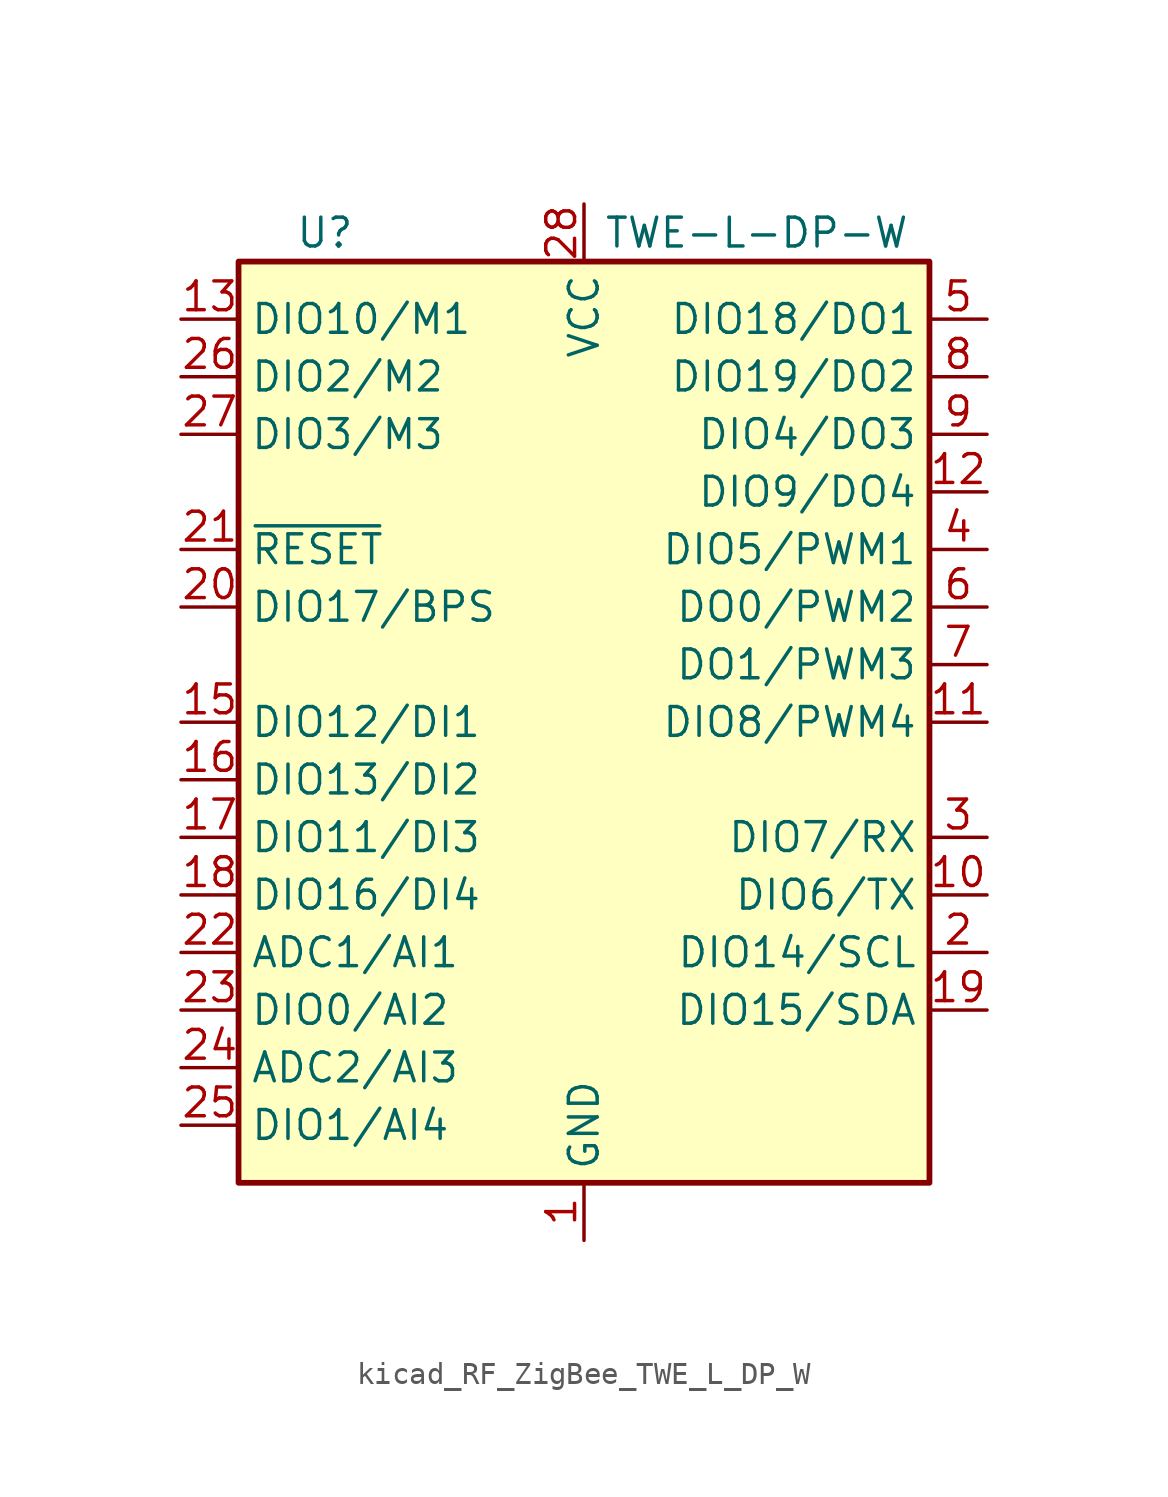
<source format=kicad_sym>
(kicad_symbol_lib
  (version 20220914)
  (generator kicad_symbol_editor)
  (symbol "kicad_RF_ZigBee_TWE_L_DP_W"
    (property "Reference" "U"
      (at -11.43 21.59 0)
      (effects (font (size 1.27 1.27))))
    (property "Value" "TWE-L-DP-W"
      (at 7.62 21.59 0)
      (effects (font (size 1.27 1.27))))
    (symbol "kicad_RF_ZigBee_TWE_L_DP_W_1_0"
      (rectangle (start -15.24 -20.32) (end 15.24 20.32) (stroke (width 0.254) (type default)) (fill (type background))))
    (symbol "kicad_RF_ZigBee_TWE_L_DP_W_1_1"
      (pin power_in line (at 0 -22.86 90) (length 2.54) (name "GND" (effects (font (size 1.27 1.27)))) (number "1" (effects (font (size 1.27 1.27)))))
      (pin bidirectional line (at 17.78 -7.62 180) (length 2.54) (name "DIO6/TX" (effects (font (size 1.27 1.27)))) (number "10" (effects (font (size 1.27 1.27)))))
      (pin bidirectional line (at 17.78 0 180) (length 2.54) (name "DIO8/PWM4" (effects (font (size 1.27 1.27)))) (number "11" (effects (font (size 1.27 1.27)))))
      (pin bidirectional line (at 17.78 10.16 180) (length 2.54) (name "DIO9/DO4" (effects (font (size 1.27 1.27)))) (number "12" (effects (font (size 1.27 1.27)))))
      (pin bidirectional line (at -17.78 17.78 0) (length 2.54) (name "DIO10/M1" (effects (font (size 1.27 1.27)))) (number "13" (effects (font (size 1.27 1.27)))))
      (pin passive line (at 0 -22.86 90) (length 2.54) hide (name "GND" (effects (font (size 1.27 1.27)))) (number "14" (effects (font (size 1.27 1.27)))))
      (pin bidirectional line (at -17.78 0 0) (length 2.54) (name "DIO12/DI1" (effects (font (size 1.27 1.27)))) (number "15" (effects (font (size 1.27 1.27)))))
      (pin bidirectional line (at -17.78 -2.54 0) (length 2.54) (name "DIO13/DI2" (effects (font (size 1.27 1.27)))) (number "16" (effects (font (size 1.27 1.27)))))
      (pin bidirectional line (at -17.78 -5.08 0) (length 2.54) (name "DIO11/DI3" (effects (font (size 1.27 1.27)))) (number "17" (effects (font (size 1.27 1.27)))))
      (pin bidirectional line (at -17.78 -7.62 0) (length 2.54) (name "DIO16/DI4" (effects (font (size 1.27 1.27)))) (number "18" (effects (font (size 1.27 1.27)))))
      (pin bidirectional line (at 17.78 -12.7 180) (length 2.54) (name "DIO15/SDA" (effects (font (size 1.27 1.27)))) (number "19" (effects (font (size 1.27 1.27)))))
      (pin bidirectional line (at 17.78 -10.16 180) (length 2.54) (name "DIO14/SCL" (effects (font (size 1.27 1.27)))) (number "2" (effects (font (size 1.27 1.27)))))
      (pin bidirectional line (at -17.78 5.08 0) (length 2.54) (name "DIO17/BPS" (effects (font (size 1.27 1.27)))) (number "20" (effects (font (size 1.27 1.27)))))
      (pin input line (at -17.78 7.62 0) (length 2.54) (name "~{RESET}" (effects (font (size 1.27 1.27)))) (number "21" (effects (font (size 1.27 1.27)))))
      (pin input line (at -17.78 -10.16 0) (length 2.54) (name "ADC1/AI1" (effects (font (size 1.27 1.27)))) (number "22" (effects (font (size 1.27 1.27)))))
      (pin bidirectional line (at -17.78 -12.7 0) (length 2.54) (name "DIO0/AI2" (effects (font (size 1.27 1.27)))) (number "23" (effects (font (size 1.27 1.27)))))
      (pin input line (at -17.78 -15.24 0) (length 2.54) (name "ADC2/AI3" (effects (font (size 1.27 1.27)))) (number "24" (effects (font (size 1.27 1.27)))))
      (pin bidirectional line (at -17.78 -17.78 0) (length 2.54) (name "DIO1/AI4" (effects (font (size 1.27 1.27)))) (number "25" (effects (font (size 1.27 1.27)))))
      (pin bidirectional line (at -17.78 15.24 0) (length 2.54) (name "DIO2/M2" (effects (font (size 1.27 1.27)))) (number "26" (effects (font (size 1.27 1.27)))))
      (pin bidirectional line (at -17.78 12.7 0) (length 2.54) (name "DIO3/M3" (effects (font (size 1.27 1.27)))) (number "27" (effects (font (size 1.27 1.27)))))
      (pin power_in line (at 0 22.86 270) (length 2.54) (name "VCC" (effects (font (size 1.27 1.27)))) (number "28" (effects (font (size 1.27 1.27)))))
      (pin bidirectional line (at 17.78 -5.08 180) (length 2.54) (name "DIO7/RX" (effects (font (size 1.27 1.27)))) (number "3" (effects (font (size 1.27 1.27)))))
      (pin bidirectional line (at 17.78 7.62 180) (length 2.54) (name "DIO5/PWM1" (effects (font (size 1.27 1.27)))) (number "4" (effects (font (size 1.27 1.27)))))
      (pin bidirectional line (at 17.78 17.78 180) (length 2.54) (name "DIO18/DO1" (effects (font (size 1.27 1.27)))) (number "5" (effects (font (size 1.27 1.27)))))
      (pin output line (at 17.78 5.08 180) (length 2.54) (name "DO0/PWM2" (effects (font (size 1.27 1.27)))) (number "6" (effects (font (size 1.27 1.27)))))
      (pin bidirectional line (at 17.78 2.54 180) (length 2.54) (name "DO1/PWM3" (effects (font (size 1.27 1.27)))) (number "7" (effects (font (size 1.27 1.27)))))
      (pin bidirectional line (at 17.78 15.24 180) (length 2.54) (name "DIO19/DO2" (effects (font (size 1.27 1.27)))) (number "8" (effects (font (size 1.27 1.27)))))
      (pin bidirectional line (at 17.78 12.7 180) (length 2.54) (name "DIO4/DO3" (effects (font (size 1.27 1.27)))) (number "9" (effects (font (size 1.27 1.27))))))))
</source>
